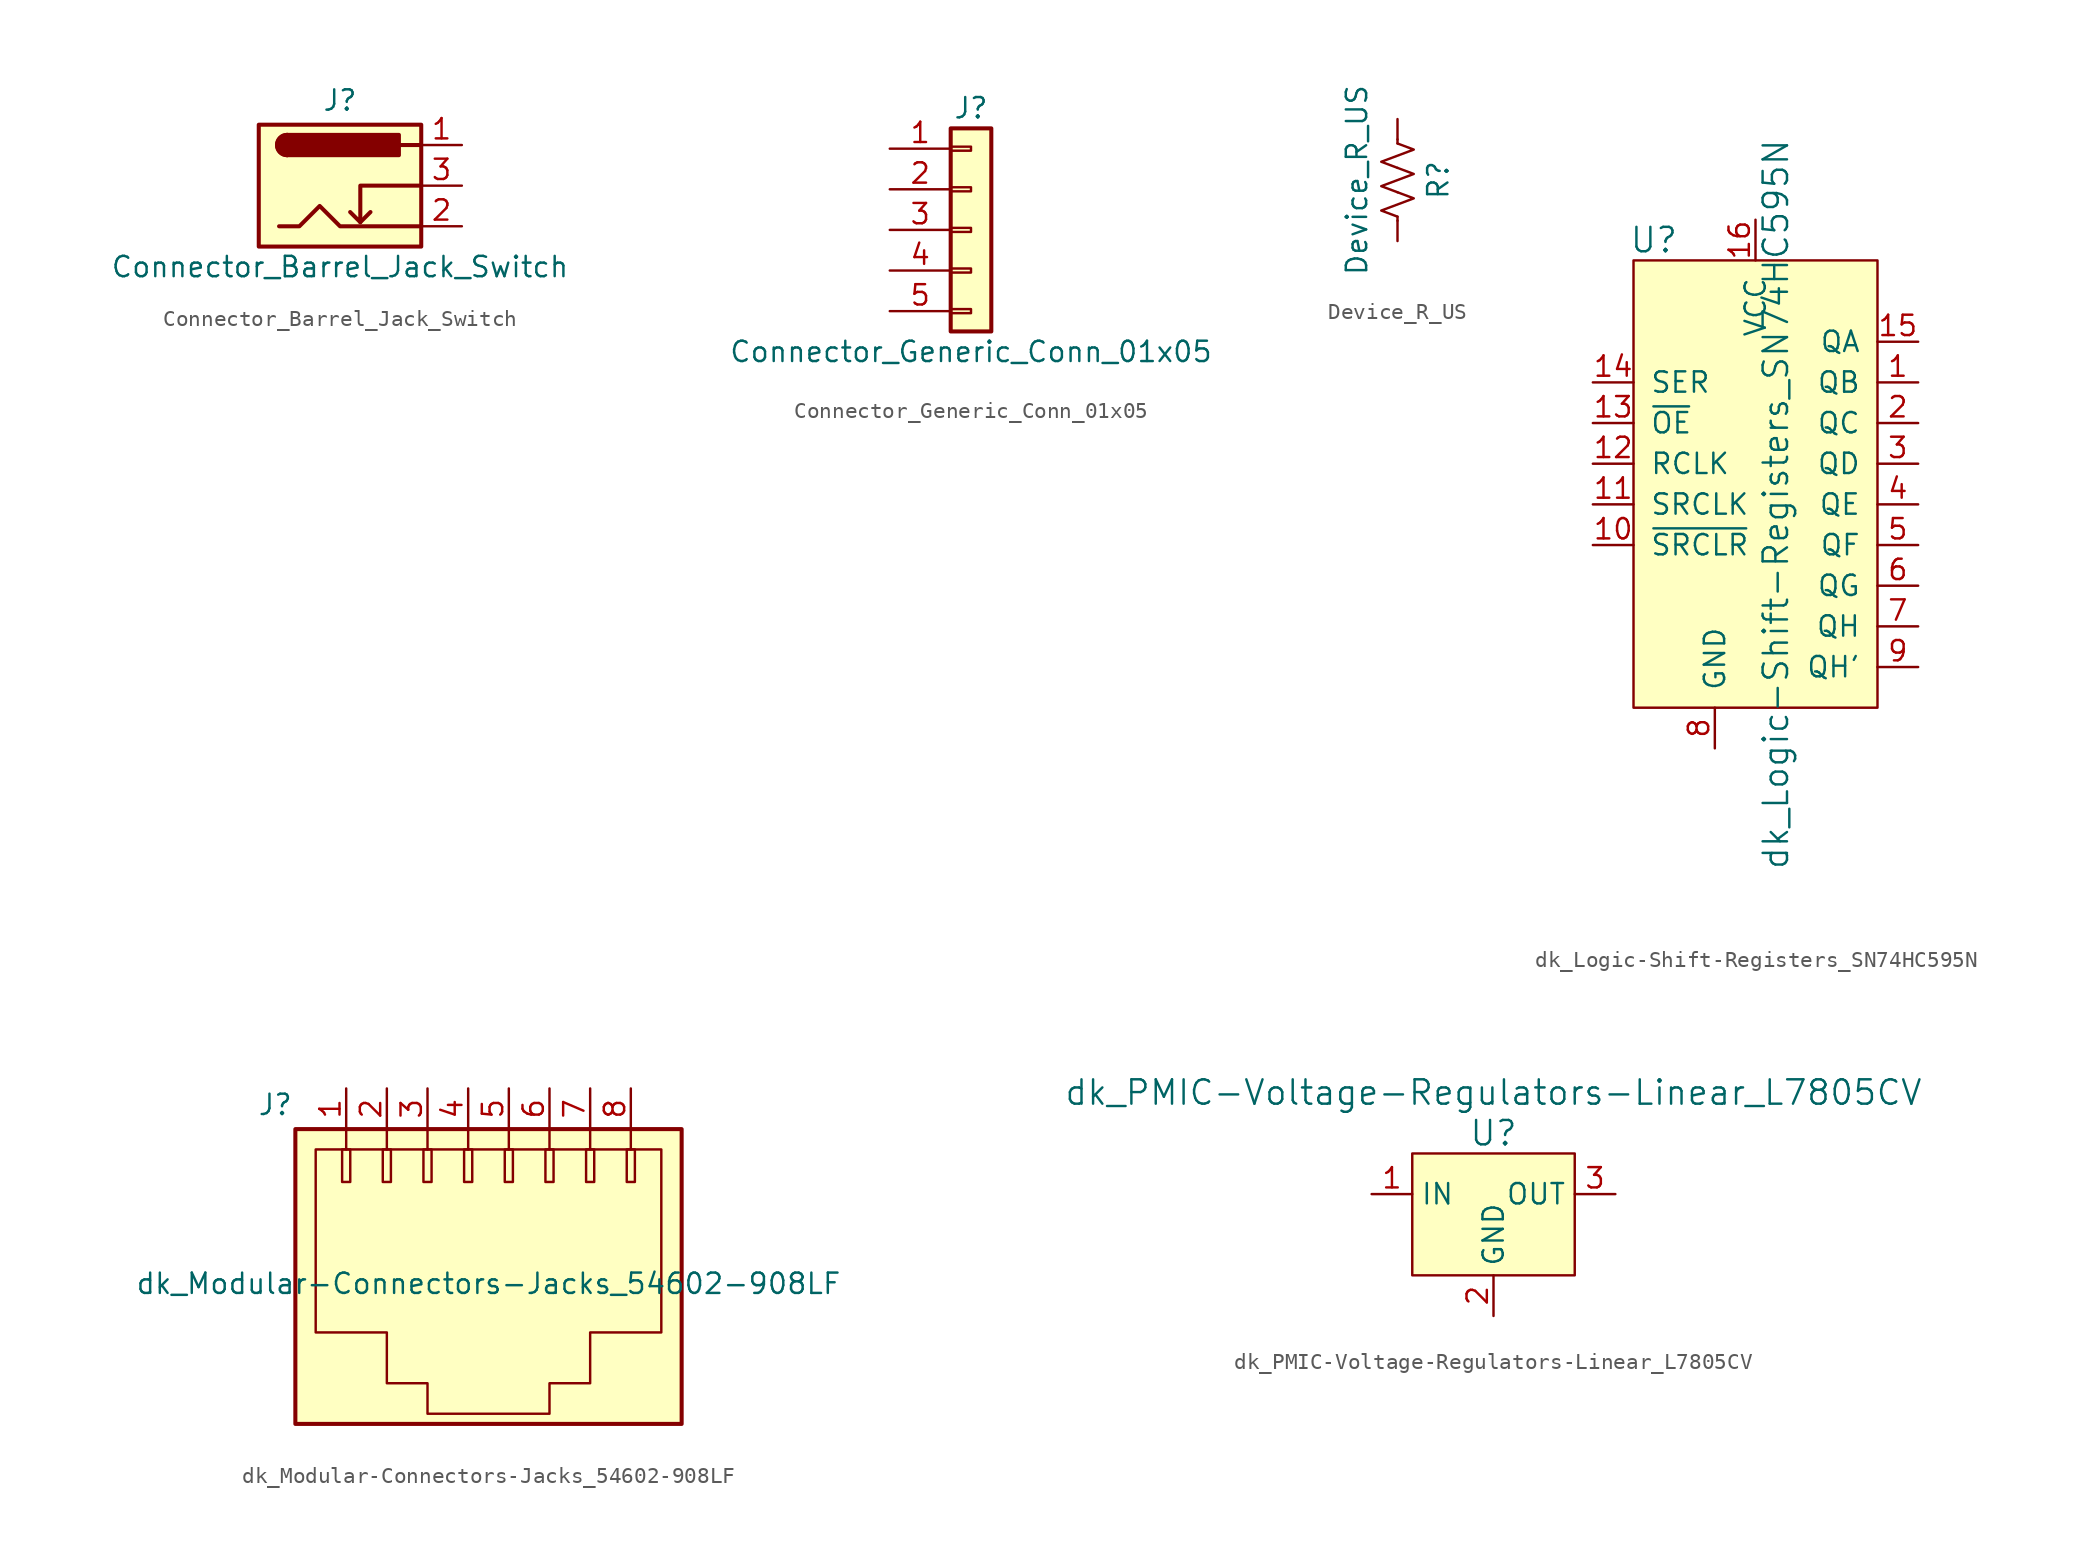
<source format=kicad_sym>
(kicad_symbol_lib
  (version 20241209)
  (generator "kicad_symbol_editor")
  (generator_version "9.0")
  (symbol "Connector_Barrel_Jack_Switch"
    (pin_names
      (hide yes))
    (property "Reference" "J"
      (at 0 5.334 0)
      (effects (font (size 1.27 1.27))))
    (property "Value" "Connector_Barrel_Jack_Switch"
      (at 0 -5.08 0)
      (effects (font (size 1.27 1.27))))
    (symbol "Connector_Barrel_Jack_Switch_0_1"
      (rectangle (start -5.08 3.81) (end 5.08 -3.81) (stroke (width 0.254) (type solid)) (fill (type background)))
      (polyline (pts (xy -3.81 -2.54) (xy -2.54 -2.54) (xy -1.27 -1.27) (xy 0 -2.54) (xy 2.54 -2.54) (xy 5.08 -2.54)) (stroke (width 0.254) (type solid)) (fill (type none)))
      (arc (start -3.302 1.905) (mid -3.9342 2.54) (end -3.302 3.175) (stroke (width 0.254) (type solid)) (fill (type none)))
      (arc (start -3.302 1.905) (mid -3.9342 2.54) (end -3.302 3.175) (stroke (width 0.254) (type solid)) (fill (type outline)))
      (polyline (pts (xy 1.27 -2.286) (xy 1.905 -1.651)) (stroke (width 0.254) (type solid)) (fill (type none)))
      (rectangle (start 3.683 3.175) (end -3.302 1.905) (stroke (width 0.254) (type solid)) (fill (type outline)))
      (polyline (pts (xy 5.08 2.54) (xy 3.81 2.54)) (stroke (width 0.254) (type solid)) (fill (type none)))
      (polyline (pts (xy 5.08 0) (xy 1.27 0) (xy 1.27 -2.286) (xy 0.635 -1.651)) (stroke (width 0.254) (type solid)) (fill (type none))))
    (symbol "Connector_Barrel_Jack_Switch_1_1"
      (pin passive line (at 7.62 2.54 180) (length 2.54) (name "~" (effects (font (size 1.27 1.27)))) (number "1" (effects (font (size 1.27 1.27)))))
      (pin passive line (at 7.62 0 180) (length 2.54) (name "~" (effects (font (size 1.27 1.27)))) (number "3" (effects (font (size 1.27 1.27)))))
      (pin passive line (at 7.62 -2.54 180) (length 2.54) (name "~" (effects (font (size 1.27 1.27)))) (number "2" (effects (font (size 1.27 1.27)))))))
  (symbol "Connector_Generic_Conn_01x05"
    (pin_names
      (offset 1.016)
      (hide yes))
    (property "Reference" "J"
      (at 0 7.62 0)
      (effects (font (size 1.27 1.27))))
    (property "Value" "Connector_Generic_Conn_01x05"
      (at 0 -7.62 0)
      (effects (font (size 1.27 1.27))))
    (symbol "Connector_Generic_Conn_01x05_1_1"
      (rectangle (start -1.27 6.35) (end 1.27 -6.35) (stroke (width 0.254) (type solid)) (fill (type background)))
      (rectangle (start -1.27 5.207) (end 0 4.953) (stroke (width 0.152) (type solid)) (fill (type none)))
      (rectangle (start -1.27 2.667) (end 0 2.413) (stroke (width 0.152) (type solid)) (fill (type none)))
      (rectangle (start -1.27 0.127) (end 0 -0.127) (stroke (width 0.152) (type solid)) (fill (type none)))
      (rectangle (start -1.27 -2.413) (end 0 -2.667) (stroke (width 0.152) (type solid)) (fill (type none)))
      (rectangle (start -1.27 -4.953) (end 0 -5.207) (stroke (width 0.152) (type solid)) (fill (type none)))
      (pin passive line (at -5.08 5.08 0) (length 3.81) (name "Pin_1" (effects (font (size 1.27 1.27)))) (number "1" (effects (font (size 1.27 1.27)))))
      (pin passive line (at -5.08 2.54 0) (length 3.81) (name "Pin_2" (effects (font (size 1.27 1.27)))) (number "2" (effects (font (size 1.27 1.27)))))
      (pin passive line (at -5.08 0 0) (length 3.81) (name "Pin_3" (effects (font (size 1.27 1.27)))) (number "3" (effects (font (size 1.27 1.27)))))
      (pin passive line (at -5.08 -2.54 0) (length 3.81) (name "Pin_4" (effects (font (size 1.27 1.27)))) (number "4" (effects (font (size 1.27 1.27)))))
      (pin passive line (at -5.08 -5.08 0) (length 3.81) (name "Pin_5" (effects (font (size 1.27 1.27)))) (number "5" (effects (font (size 1.27 1.27)))))))
  (symbol "Device_R_US"
    (pin_numbers
      (hide yes))
    (pin_names
      (offset 0))
    (property "Reference" "R"
      (at 2.54 0 90)
      (effects (font (size 1.27 1.27))))
    (property "Value" "Device_R_US"
      (at -2.54 0 90)
      (effects (font (size 1.27 1.27))))
    (symbol "Device_R_US_0_1"
      (polyline (pts (xy 0 2.286) (xy 0 2.54)) (stroke (width 0) (type solid)) (fill (type none)))
      (polyline (pts (xy 0 2.286) (xy 1.016 1.905) (xy 0 1.524) (xy -1.016 1.143) (xy 0 0.762)) (stroke (width 0) (type solid)) (fill (type none)))
      (polyline (pts (xy 0 0.762) (xy 1.016 0.381) (xy 0 0) (xy -1.016 -0.381) (xy 0 -0.762)) (stroke (width 0) (type solid)) (fill (type none)))
      (polyline (pts (xy 0 -0.762) (xy 1.016 -1.143) (xy 0 -1.524) (xy -1.016 -1.905) (xy 0 -2.286)) (stroke (width 0) (type solid)) (fill (type none)))
      (polyline (pts (xy 0 -2.286) (xy 0 -2.54)) (stroke (width 0) (type solid)) (fill (type none))))
    (symbol "Device_R_US_1_1"
      (pin passive line (at 0 3.81 270) (length 1.27) (name "~" (effects (font (size 1.27 1.27)))) (number "1" (effects (font (size 1.27 1.27)))))
      (pin passive line (at 0 -3.81 90) (length 1.27) (name "~" (effects (font (size 1.27 1.27)))) (number "2" (effects (font (size 1.27 1.27)))))))
  (symbol "dk_Logic-Shift-Registers_SN74HC595N"
    (pin_names
      (offset 1.016))
    (property "Reference" "U"
      (at -11.43 16.51 0)
      (effects (font (size 1.524 1.524))))
    (property "Value" "dk_Logic-Shift-Registers_SN74HC595N"
      (at -3.81 0 90)
      (effects (font (size 1.524 1.524))))
    (symbol "dk_Logic-Shift-Registers_SN74HC595N_0_1"
      (rectangle (start -12.7 15.24) (end 2.54 -12.7) (stroke (width 0) (type solid)) (fill (type background))))
    (symbol "dk_Logic-Shift-Registers_SN74HC595N_1_1"
      (pin input line (at -15.24 7.62 0) (length 2.54) (name "SER" (effects (font (size 1.27 1.27)))) (number "14" (effects (font (size 1.27 1.27)))))
      (pin input line (at -15.24 5.08 0) (length 2.54) (name "~{OE}" (effects (font (size 1.27 1.27)))) (number "13" (effects (font (size 1.27 1.27)))))
      (pin input line (at -15.24 2.54 0) (length 2.54) (name "RCLK" (effects (font (size 1.27 1.27)))) (number "12" (effects (font (size 1.27 1.27)))))
      (pin input line (at -15.24 0 0) (length 2.54) (name "SRCLK" (effects (font (size 1.27 1.27)))) (number "11" (effects (font (size 1.27 1.27)))))
      (pin input line (at -15.24 -2.54 0) (length 2.54) (name "~{SRCLR}" (effects (font (size 1.27 1.27)))) (number "10" (effects (font (size 1.27 1.27)))))
      (pin power_in line (at -7.62 -15.24 90) (length 2.54) (name "GND" (effects (font (size 1.27 1.27)))) (number "8" (effects (font (size 1.27 1.27)))))
      (pin power_in line (at -5.08 17.78 270) (length 2.54) (name "VCC" (effects (font (size 1.27 1.27)))) (number "16" (effects (font (size 1.27 1.27)))))
      (pin output line (at 5.08 10.16 180) (length 2.54) (name "QA" (effects (font (size 1.27 1.27)))) (number "15" (effects (font (size 1.27 1.27)))))
      (pin output line (at 5.08 7.62 180) (length 2.54) (name "QB" (effects (font (size 1.27 1.27)))) (number "1" (effects (font (size 1.27 1.27)))))
      (pin output line (at 5.08 5.08 180) (length 2.54) (name "QC" (effects (font (size 1.27 1.27)))) (number "2" (effects (font (size 1.27 1.27)))))
      (pin output line (at 5.08 2.54 180) (length 2.54) (name "QD" (effects (font (size 1.27 1.27)))) (number "3" (effects (font (size 1.27 1.27)))))
      (pin output line (at 5.08 0 180) (length 2.54) (name "QE" (effects (font (size 1.27 1.27)))) (number "4" (effects (font (size 1.27 1.27)))))
      (pin output line (at 5.08 -2.54 180) (length 2.54) (name "QF" (effects (font (size 1.27 1.27)))) (number "5" (effects (font (size 1.27 1.27)))))
      (pin output line (at 5.08 -5.08 180) (length 2.54) (name "QG" (effects (font (size 1.27 1.27)))) (number "6" (effects (font (size 1.27 1.27)))))
      (pin output line (at 5.08 -7.62 180) (length 2.54) (name "QH" (effects (font (size 1.27 1.27)))) (number "7" (effects (font (size 1.27 1.27)))))
      (pin output line (at 5.08 -10.16 180) (length 2.54) (name "QH'" (effects (font (size 1.27 1.27)))) (number "9" (effects (font (size 1.27 1.27)))))))
  (symbol "dk_Modular-Connectors-Jacks_54602-908LF"
    (pin_names
      (offset 1.016))
    (property "Reference" "J"
      (at -10.922 9.144 0)
      (effects (font (size 1.27 1.27)) (justify right)))
    (property "Value" "dk_Modular-Connectors-Jacks_54602-908LF"
      (at 1.27 -2.032 0)
      (effects (font (size 1.27 1.27))))
    (symbol "dk_Modular-Connectors-Jacks_54602-908LF_0_1"
      (rectangle (start -10.795 7.62) (end 13.335 -10.795) (stroke (width 0.254) (type solid)) (fill (type background)))
      (polyline (pts (xy -9.525 6.35) (xy 12.065 6.35) (xy 12.065 -5.08) (xy 7.62 -5.08) (xy 7.62 -8.255) (xy 5.08 -8.255) (xy 5.08 -10.16) (xy -2.54 -10.16) (xy -2.54 -8.255) (xy -5.08 -8.255) (xy -5.08 -5.08) (xy -9.525 -5.08) (xy -9.525 6.35)) (stroke (width 0) (type solid)) (fill (type none)))
      (rectangle (start -7.874 6.35) (end -7.366 4.318) (stroke (width 0) (type solid)) (fill (type none)))
      (polyline (pts (xy -7.62 7.62) (xy -7.62 6.35)) (stroke (width 0) (type solid)) (fill (type none)))
      (rectangle (start -5.334 6.35) (end -4.826 4.318) (stroke (width 0) (type solid)) (fill (type none)))
      (polyline (pts (xy -5.08 7.62) (xy -5.08 6.35)) (stroke (width 0) (type solid)) (fill (type none)))
      (rectangle (start -2.794 6.35) (end -2.286 4.318) (stroke (width 0) (type solid)) (fill (type none)))
      (polyline (pts (xy -2.54 7.62) (xy -2.54 6.35)) (stroke (width 0) (type solid)) (fill (type none)))
      (rectangle (start -0.254 6.35) (end 0.254 4.318) (stroke (width 0) (type solid)) (fill (type none)))
      (polyline (pts (xy 0 7.62) (xy 0 6.35)) (stroke (width 0) (type solid)) (fill (type none)))
      (rectangle (start 2.286 6.35) (end 2.794 4.318) (stroke (width 0) (type solid)) (fill (type none)))
      (polyline (pts (xy 2.54 7.62) (xy 2.54 6.35)) (stroke (width 0) (type solid)) (fill (type none)))
      (rectangle (start 4.826 6.35) (end 5.334 4.318) (stroke (width 0) (type solid)) (fill (type none)))
      (polyline (pts (xy 5.08 7.62) (xy 5.08 6.35)) (stroke (width 0) (type solid)) (fill (type none)))
      (rectangle (start 7.366 6.35) (end 7.874 4.318) (stroke (width 0) (type solid)) (fill (type none)))
      (polyline (pts (xy 7.62 7.62) (xy 7.62 6.35)) (stroke (width 0) (type solid)) (fill (type none)))
      (rectangle (start 9.906 6.35) (end 10.414 4.318) (stroke (width 0) (type solid)) (fill (type none)))
      (polyline (pts (xy 10.16 7.62) (xy 10.16 6.35)) (stroke (width 0) (type solid)) (fill (type none))))
    (symbol "dk_Modular-Connectors-Jacks_54602-908LF_1_1"
      (pin passive line (at -7.62 10.16 270) (length 2.54) (name "~" (effects (font (size 1.27 1.27)))) (number "1" (effects (font (size 1.27 1.27)))))
      (pin passive line (at -5.08 10.16 270) (length 2.54) (name "~" (effects (font (size 1.27 1.27)))) (number "2" (effects (font (size 1.27 1.27)))))
      (pin passive line (at -2.54 10.16 270) (length 2.54) (name "~" (effects (font (size 1.27 1.27)))) (number "3" (effects (font (size 1.27 1.27)))))
      (pin passive line (at 0 10.16 270) (length 2.54) (name "~" (effects (font (size 1.27 1.27)))) (number "4" (effects (font (size 1.27 1.27)))))
      (pin passive line (at 2.54 10.16 270) (length 2.54) (name "~" (effects (font (size 1.27 1.27)))) (number "5" (effects (font (size 1.27 1.27)))))
      (pin passive line (at 5.08 10.16 270) (length 2.54) (name "~" (effects (font (size 1.27 1.27)))) (number "6" (effects (font (size 1.27 1.27)))))
      (pin passive line (at 7.62 10.16 270) (length 2.54) (name "~" (effects (font (size 1.27 1.27)))) (number "7" (effects (font (size 1.27 1.27)))))
      (pin passive line (at 10.16 10.16 270) (length 2.54) (name "~" (effects (font (size 1.27 1.27)))) (number "8" (effects (font (size 1.27 1.27)))))))
  (symbol "dk_PMIC-Voltage-Regulators-Linear_L7805CV"
    (property "Reference" "U"
      (at 0 3.81 0)
      (effects (font (size 1.524 1.524))))
    (property "Value" "dk_PMIC-Voltage-Regulators-Linear_L7805CV"
      (at 0 6.35 0)
      (effects (font (size 1.524 1.524))))
    (symbol "dk_PMIC-Voltage-Regulators-Linear_L7805CV_1_1"
      (rectangle (start -5.08 2.54) (end 5.08 -5.08) (stroke (width 0) (type solid)) (fill (type background)))
      (pin power_in line (at -7.62 0 0) (length 2.54) (name "IN" (effects (font (size 1.27 1.27)))) (number "1" (effects (font (size 1.27 1.27)))))
      (pin power_in line (at 0 -7.62 90) (length 2.54) (name "GND" (effects (font (size 1.27 1.27)))) (number "2" (effects (font (size 1.27 1.27)))))
      (pin power_out line (at 7.62 0 180) (length 2.54) (name "OUT" (effects (font (size 1.27 1.27)))) (number "3" (effects (font (size 1.27 1.27))))))))
</source>
